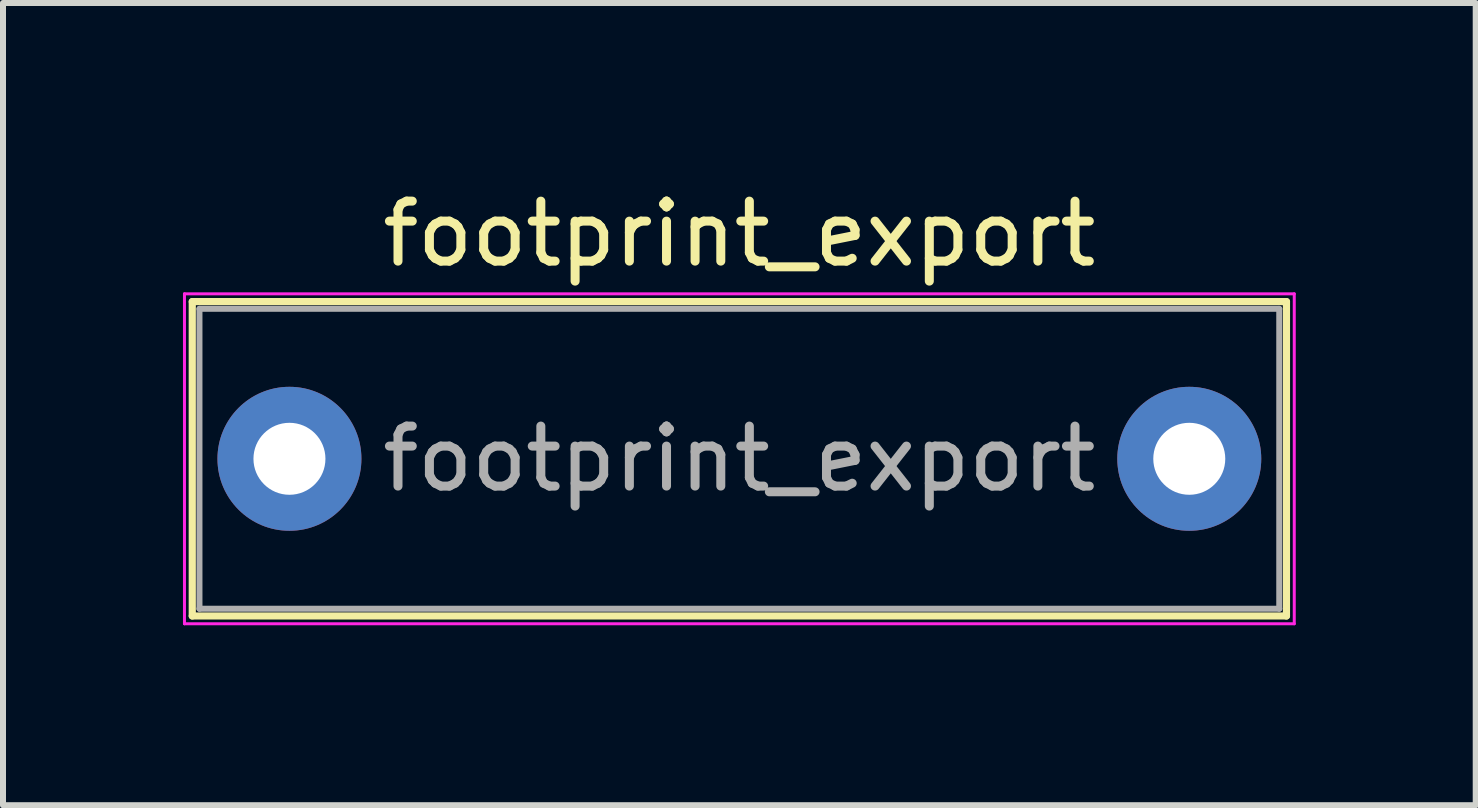
<source format=kicad_pcb>
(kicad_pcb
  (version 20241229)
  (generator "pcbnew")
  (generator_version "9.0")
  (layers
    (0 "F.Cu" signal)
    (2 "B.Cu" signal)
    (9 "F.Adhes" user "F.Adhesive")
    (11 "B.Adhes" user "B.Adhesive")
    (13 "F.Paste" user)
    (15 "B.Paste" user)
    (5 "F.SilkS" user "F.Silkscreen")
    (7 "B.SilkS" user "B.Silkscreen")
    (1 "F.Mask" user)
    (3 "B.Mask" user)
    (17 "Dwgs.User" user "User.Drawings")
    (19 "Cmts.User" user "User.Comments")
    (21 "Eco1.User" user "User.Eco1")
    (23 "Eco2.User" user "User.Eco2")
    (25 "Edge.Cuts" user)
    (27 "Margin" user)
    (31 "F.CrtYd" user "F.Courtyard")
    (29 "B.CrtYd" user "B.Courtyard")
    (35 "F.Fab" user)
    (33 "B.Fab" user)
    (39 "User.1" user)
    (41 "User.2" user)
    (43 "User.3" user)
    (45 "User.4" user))
  (footprint "footprint_export"
    (layer "F.Cu")
    (at 1.775 4.598)
    (property "Reference" "footprint_export" (at 7.5 -3.75 0) (layer "F.SilkS") (effects (font (size 1 1) (thickness 0.15))))
    (attr through_hole)
    (fp_line (start -1.62 -2.62) (end -1.62 2.62) (stroke (width 0.12) (type solid)) (layer "F.SilkS"))
    (fp_line (start -1.62 -2.62) (end 16.62 -2.62) (stroke (width 0.12) (type solid)) (layer "F.SilkS"))
    (fp_line (start -1.62 2.62) (end 16.62 2.62) (stroke (width 0.12) (type solid)) (layer "F.SilkS"))
    (fp_line (start 16.62 -2.62) (end 16.62 2.62) (stroke (width 0.12) (type solid)) (layer "F.SilkS"))
    (fp_line (start -1.75 -2.75) (end -1.75 2.75) (stroke (width 0.05) (type solid)) (layer "F.CrtYd"))
    (fp_line (start -1.75 2.75) (end 16.75 2.75) (stroke (width 0.05) (type solid)) (layer "F.CrtYd"))
    (fp_line (start 16.75 -2.75) (end -1.75 -2.75) (stroke (width 0.05) (type solid)) (layer "F.CrtYd"))
    (fp_line (start 16.75 2.75) (end 16.75 -2.75) (stroke (width 0.05) (type solid)) (layer "F.CrtYd"))
    (fp_line (start -1.5 -2.5) (end -1.5 2.5) (stroke (width 0.1) (type solid)) (layer "F.Fab"))
    (fp_line (start -1.5 2.5) (end 16.5 2.5) (stroke (width 0.1) (type solid)) (layer "F.Fab"))
    (fp_line (start 16.5 -2.5) (end -1.5 -2.5) (stroke (width 0.1) (type solid)) (layer "F.Fab"))
    (fp_line (start 16.5 2.5) (end 16.5 -2.5) (stroke (width 0.1) (type solid)) (layer "F.Fab"))
    (fp_text user "${REFERENCE}" (at 7.5 0 0) (layer "F.Fab") (effects (font (size 1 1) (thickness 0.15))))
    (pad "1" thru_hole circle (at 0 0) (size 2.4 2.4) (drill 1.2) (layers "*.Cu" "*.Mask"))
    (pad "2" thru_hole circle (at 15 0) (size 2.4 2.4) (drill 1.2) (layers "*.Cu" "*.Mask")))
  (gr_rect
    (start -3 -3)
    (end 21.55 10.373)
    (stroke (width 0.1) (type default))
    (fill no)
    (layer "Edge.Cuts")))
</source>
